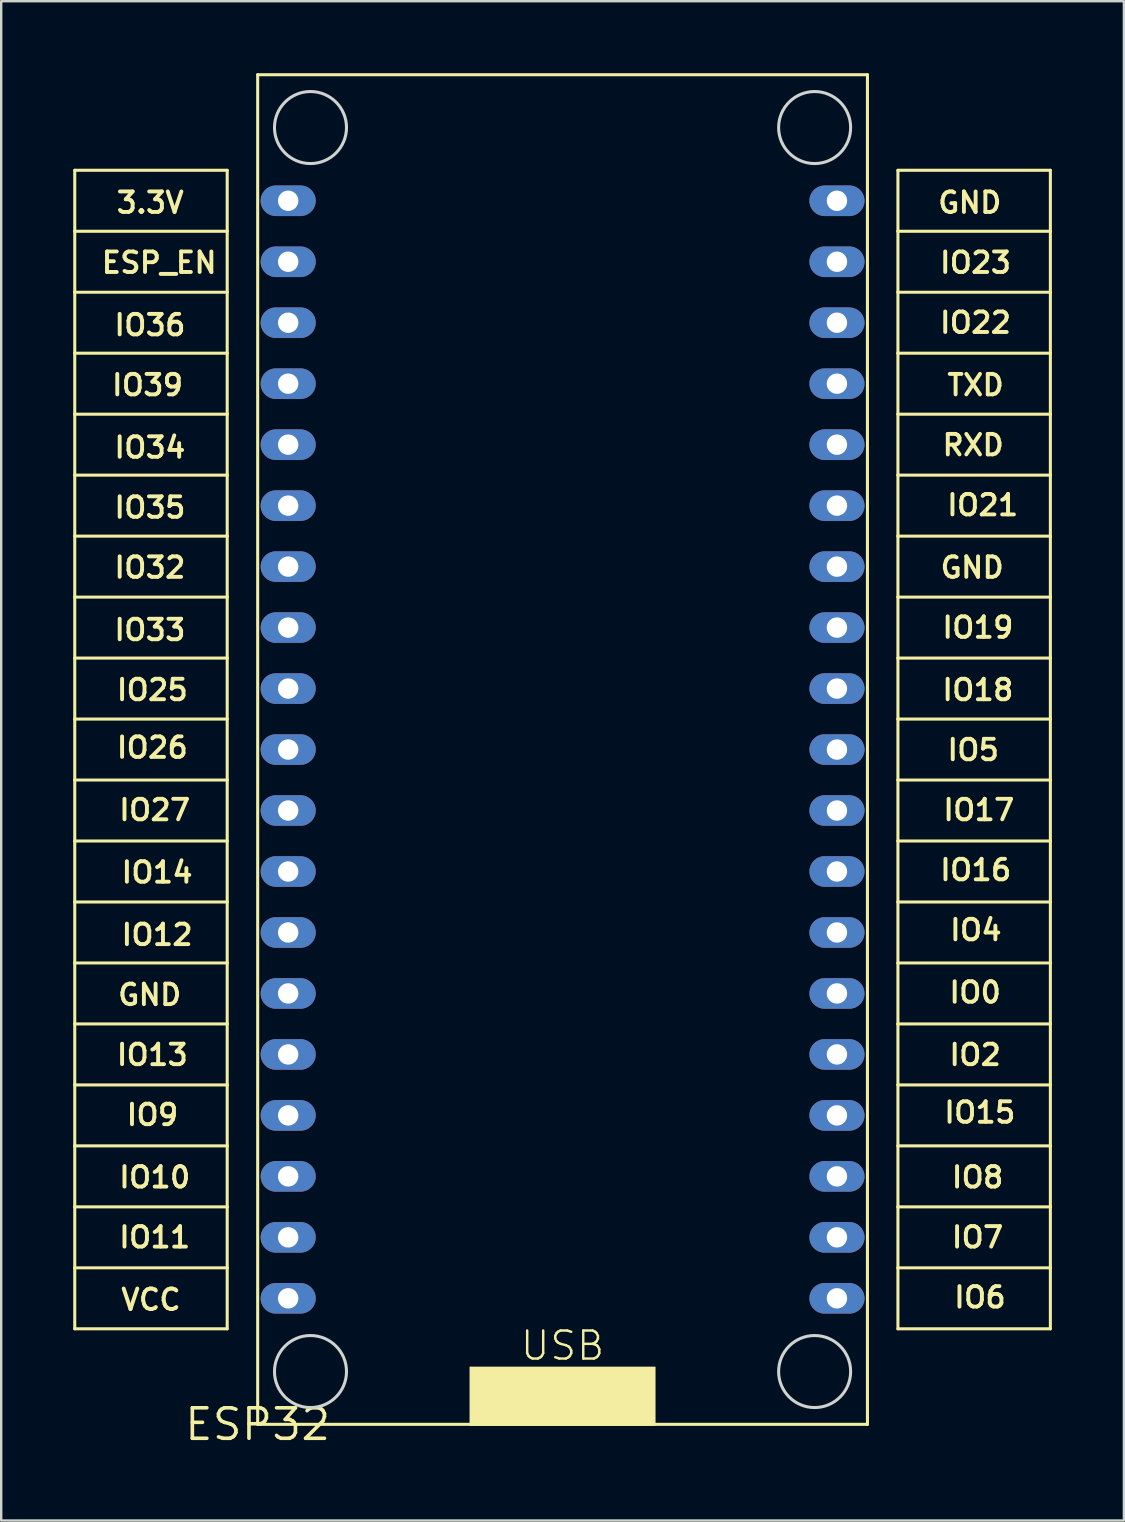
<source format=kicad_pcb>
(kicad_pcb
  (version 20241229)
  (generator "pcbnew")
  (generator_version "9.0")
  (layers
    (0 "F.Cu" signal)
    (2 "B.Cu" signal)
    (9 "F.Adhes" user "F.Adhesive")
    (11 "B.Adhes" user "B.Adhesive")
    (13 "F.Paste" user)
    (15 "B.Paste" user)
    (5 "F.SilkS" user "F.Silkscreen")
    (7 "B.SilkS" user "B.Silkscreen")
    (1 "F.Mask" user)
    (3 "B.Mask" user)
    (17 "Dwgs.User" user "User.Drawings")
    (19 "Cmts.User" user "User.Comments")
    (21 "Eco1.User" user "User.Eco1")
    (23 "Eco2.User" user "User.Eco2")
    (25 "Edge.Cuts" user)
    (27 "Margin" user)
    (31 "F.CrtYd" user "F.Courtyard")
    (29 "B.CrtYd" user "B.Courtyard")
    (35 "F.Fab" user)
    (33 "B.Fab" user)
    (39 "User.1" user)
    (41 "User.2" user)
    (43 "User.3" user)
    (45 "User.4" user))
  (footprint "ESP32"
    (layer "F.Cu")
    (at 7.684 56.283)
    (property "Reference" "ESP32" (at 0 0 0) (layer "F.SilkS") (effects (font (size 1.27 1.27) (thickness 0.15))))
    (fp_line (start -7.62 -52.24) (end -1.27 -52.24) (stroke (width 0.127) (type solid)) (layer "F.SilkS"))
    (fp_line (start -7.62 -49.7) (end -7.62 -52.24) (stroke (width 0.127) (type solid)) (layer "F.SilkS"))
    (fp_line (start -7.62 -49.7) (end -1.27 -49.7) (stroke (width 0.127) (type solid)) (layer "F.SilkS"))
    (fp_line (start -7.62 -47.16) (end -7.62 -49.7) (stroke (width 0.127) (type solid)) (layer "F.SilkS"))
    (fp_line (start -7.62 -47.16) (end -1.27 -47.16) (stroke (width 0.127) (type solid)) (layer "F.SilkS"))
    (fp_line (start -7.62 -44.62) (end -7.62 -47.16) (stroke (width 0.127) (type solid)) (layer "F.SilkS"))
    (fp_line (start -7.62 -44.62) (end -1.27 -44.62) (stroke (width 0.127) (type solid)) (layer "F.SilkS"))
    (fp_line (start -7.62 -42.08) (end -7.62 -44.62) (stroke (width 0.127) (type solid)) (layer "F.SilkS"))
    (fp_line (start -7.62 -42.08) (end -1.27 -42.08) (stroke (width 0.127) (type solid)) (layer "F.SilkS"))
    (fp_line (start -7.62 -39.54) (end -7.62 -42.08) (stroke (width 0.127) (type solid)) (layer "F.SilkS"))
    (fp_line (start -7.62 -39.54) (end -1.27 -39.54) (stroke (width 0.127) (type solid)) (layer "F.SilkS"))
    (fp_line (start -7.62 -37) (end -7.62 -39.54) (stroke (width 0.127) (type solid)) (layer "F.SilkS"))
    (fp_line (start -7.62 -37) (end -1.27 -37) (stroke (width 0.127) (type solid)) (layer "F.SilkS"))
    (fp_line (start -7.62 -34.46) (end -7.62 -37) (stroke (width 0.127) (type solid)) (layer "F.SilkS"))
    (fp_line (start -7.62 -34.46) (end -1.27 -34.46) (stroke (width 0.127) (type solid)) (layer "F.SilkS"))
    (fp_line (start -7.62 -31.92) (end -7.62 -34.46) (stroke (width 0.127) (type solid)) (layer "F.SilkS"))
    (fp_line (start -7.62 -31.92) (end -1.27 -31.92) (stroke (width 0.127) (type solid)) (layer "F.SilkS"))
    (fp_line (start -7.62 -29.38) (end -7.62 -31.92) (stroke (width 0.127) (type solid)) (layer "F.SilkS"))
    (fp_line (start -7.62 -29.38) (end -1.27 -29.38) (stroke (width 0.127) (type solid)) (layer "F.SilkS"))
    (fp_line (start -7.62 -26.84) (end -7.62 -29.38) (stroke (width 0.127) (type solid)) (layer "F.SilkS"))
    (fp_line (start -7.62 -26.84) (end -1.27 -26.84) (stroke (width 0.127) (type solid)) (layer "F.SilkS"))
    (fp_line (start -7.62 -24.3) (end -7.62 -26.84) (stroke (width 0.127) (type solid)) (layer "F.SilkS"))
    (fp_line (start -7.62 -24.3) (end -1.27 -24.3) (stroke (width 0.127) (type solid)) (layer "F.SilkS"))
    (fp_line (start -7.62 -21.76) (end -7.62 -24.3) (stroke (width 0.127) (type solid)) (layer "F.SilkS"))
    (fp_line (start -7.62 -21.76) (end -1.27 -21.76) (stroke (width 0.127) (type solid)) (layer "F.SilkS"))
    (fp_line (start -7.62 -19.22) (end -7.62 -21.76) (stroke (width 0.127) (type solid)) (layer "F.SilkS"))
    (fp_line (start -7.62 -19.22) (end -1.27 -19.22) (stroke (width 0.127) (type solid)) (layer "F.SilkS"))
    (fp_line (start -7.62 -16.68) (end -7.62 -19.22) (stroke (width 0.127) (type solid)) (layer "F.SilkS"))
    (fp_line (start -7.62 -16.68) (end -1.27 -16.68) (stroke (width 0.127) (type solid)) (layer "F.SilkS"))
    (fp_line (start -7.62 -14.14) (end -7.62 -16.68) (stroke (width 0.127) (type solid)) (layer "F.SilkS"))
    (fp_line (start -7.62 -14.14) (end -1.27 -14.14) (stroke (width 0.127) (type solid)) (layer "F.SilkS"))
    (fp_line (start -7.62 -11.6) (end -7.62 -14.14) (stroke (width 0.127) (type solid)) (layer "F.SilkS"))
    (fp_line (start -7.62 -11.6) (end -1.27 -11.6) (stroke (width 0.127) (type solid)) (layer "F.SilkS"))
    (fp_line (start -7.62 -9.06) (end -7.62 -11.6) (stroke (width 0.127) (type solid)) (layer "F.SilkS"))
    (fp_line (start -7.62 -9.06) (end -1.27 -9.06) (stroke (width 0.127) (type solid)) (layer "F.SilkS"))
    (fp_line (start -7.62 -6.52) (end -7.62 -9.06) (stroke (width 0.127) (type solid)) (layer "F.SilkS"))
    (fp_line (start -7.62 -6.52) (end -1.27 -6.52) (stroke (width 0.127) (type solid)) (layer "F.SilkS"))
    (fp_line (start -7.62 -3.98) (end -7.62 -6.52) (stroke (width 0.127) (type solid)) (layer "F.SilkS"))
    (fp_line (start -1.27 -52.24) (end -1.27 -49.7) (stroke (width 0.127) (type solid)) (layer "F.SilkS"))
    (fp_line (start -1.27 -49.7) (end -1.27 -47.16) (stroke (width 0.127) (type solid)) (layer "F.SilkS"))
    (fp_line (start -1.27 -47.16) (end -1.27 -44.62) (stroke (width 0.127) (type solid)) (layer "F.SilkS"))
    (fp_line (start -1.27 -44.62) (end -1.27 -42.08) (stroke (width 0.127) (type solid)) (layer "F.SilkS"))
    (fp_line (start -1.27 -42.08) (end -1.27 -39.54) (stroke (width 0.127) (type solid)) (layer "F.SilkS"))
    (fp_line (start -1.27 -39.54) (end -1.27 -37) (stroke (width 0.127) (type solid)) (layer "F.SilkS"))
    (fp_line (start -1.27 -37) (end -1.27 -34.46) (stroke (width 0.127) (type solid)) (layer "F.SilkS"))
    (fp_line (start -1.27 -34.46) (end -1.27 -31.92) (stroke (width 0.127) (type solid)) (layer "F.SilkS"))
    (fp_line (start -1.27 -31.92) (end -1.27 -29.38) (stroke (width 0.127) (type solid)) (layer "F.SilkS"))
    (fp_line (start -1.27 -29.38) (end -1.27 -26.84) (stroke (width 0.127) (type solid)) (layer "F.SilkS"))
    (fp_line (start -1.27 -26.84) (end -1.27 -24.3) (stroke (width 0.127) (type solid)) (layer "F.SilkS"))
    (fp_line (start -1.27 -24.3) (end -1.27 -21.76) (stroke (width 0.127) (type solid)) (layer "F.SilkS"))
    (fp_line (start -1.27 -21.76) (end -1.27 -19.22) (stroke (width 0.127) (type solid)) (layer "F.SilkS"))
    (fp_line (start -1.27 -19.22) (end -1.27 -16.68) (stroke (width 0.127) (type solid)) (layer "F.SilkS"))
    (fp_line (start -1.27 -16.68) (end -1.27 -14.14) (stroke (width 0.127) (type solid)) (layer "F.SilkS"))
    (fp_line (start -1.27 -14.14) (end -1.27 -11.6) (stroke (width 0.127) (type solid)) (layer "F.SilkS"))
    (fp_line (start -1.27 -11.6) (end -1.27 -9.06) (stroke (width 0.127) (type solid)) (layer "F.SilkS"))
    (fp_line (start -1.27 -9.06) (end -1.27 -6.52) (stroke (width 0.127) (type solid)) (layer "F.SilkS"))
    (fp_line (start -1.27 -6.52) (end -1.27 -3.98) (stroke (width 0.127) (type solid)) (layer "F.SilkS"))
    (fp_line (start -1.27 -3.98) (end -7.62 -3.98) (stroke (width 0.127) (type solid)) (layer "F.SilkS"))
    (fp_line (start 0 -56.22) (end 25.4 -56.22) (stroke (width 0.127) (type solid)) (layer "F.SilkS"))
    (fp_line (start 0 0) (end 0 -56.22) (stroke (width 0.127) (type solid)) (layer "F.SilkS"))
    (fp_line (start 25.4 -56.22) (end 25.4 0) (stroke (width 0.127) (type solid)) (layer "F.SilkS"))
    (fp_line (start 25.4 0) (end 0 0) (stroke (width 0.127) (type solid)) (layer "F.SilkS"))
    (fp_line (start 26.67 -52.24) (end 33.02 -52.24) (stroke (width 0.127) (type solid)) (layer "F.SilkS"))
    (fp_line (start 26.67 -49.7) (end 26.67 -52.24) (stroke (width 0.127) (type solid)) (layer "F.SilkS"))
    (fp_line (start 26.67 -49.7) (end 33.02 -49.7) (stroke (width 0.127) (type solid)) (layer "F.SilkS"))
    (fp_line (start 26.67 -47.16) (end 26.67 -49.7) (stroke (width 0.127) (type solid)) (layer "F.SilkS"))
    (fp_line (start 26.67 -47.16) (end 33.02 -47.16) (stroke (width 0.127) (type solid)) (layer "F.SilkS"))
    (fp_line (start 26.67 -44.62) (end 26.67 -47.16) (stroke (width 0.127) (type solid)) (layer "F.SilkS"))
    (fp_line (start 26.67 -44.62) (end 33.02 -44.62) (stroke (width 0.127) (type solid)) (layer "F.SilkS"))
    (fp_line (start 26.67 -42.08) (end 26.67 -44.62) (stroke (width 0.127) (type solid)) (layer "F.SilkS"))
    (fp_line (start 26.67 -42.08) (end 33.02 -42.08) (stroke (width 0.127) (type solid)) (layer "F.SilkS"))
    (fp_line (start 26.67 -39.54) (end 26.67 -42.08) (stroke (width 0.127) (type solid)) (layer "F.SilkS"))
    (fp_line (start 26.67 -39.54) (end 33.02 -39.54) (stroke (width 0.127) (type solid)) (layer "F.SilkS"))
    (fp_line (start 26.67 -37) (end 26.67 -39.54) (stroke (width 0.127) (type solid)) (layer "F.SilkS"))
    (fp_line (start 26.67 -37) (end 33.02 -37) (stroke (width 0.127) (type solid)) (layer "F.SilkS"))
    (fp_line (start 26.67 -34.46) (end 26.67 -37) (stroke (width 0.127) (type solid)) (layer "F.SilkS"))
    (fp_line (start 26.67 -34.46) (end 33.02 -34.46) (stroke (width 0.127) (type solid)) (layer "F.SilkS"))
    (fp_line (start 26.67 -31.92) (end 26.67 -34.46) (stroke (width 0.127) (type solid)) (layer "F.SilkS"))
    (fp_line (start 26.67 -31.92) (end 33.02 -31.92) (stroke (width 0.127) (type solid)) (layer "F.SilkS"))
    (fp_line (start 26.67 -29.38) (end 26.67 -31.92) (stroke (width 0.127) (type solid)) (layer "F.SilkS"))
    (fp_line (start 26.67 -29.38) (end 33.02 -29.38) (stroke (width 0.127) (type solid)) (layer "F.SilkS"))
    (fp_line (start 26.67 -26.84) (end 26.67 -29.38) (stroke (width 0.127) (type solid)) (layer "F.SilkS"))
    (fp_line (start 26.67 -26.84) (end 33.02 -26.84) (stroke (width 0.127) (type solid)) (layer "F.SilkS"))
    (fp_line (start 26.67 -24.3) (end 26.67 -26.84) (stroke (width 0.127) (type solid)) (layer "F.SilkS"))
    (fp_line (start 26.67 -24.3) (end 33.02 -24.3) (stroke (width 0.127) (type solid)) (layer "F.SilkS"))
    (fp_line (start 26.67 -21.76) (end 26.67 -24.3) (stroke (width 0.127) (type solid)) (layer "F.SilkS"))
    (fp_line (start 26.67 -21.76) (end 33.02 -21.76) (stroke (width 0.127) (type solid)) (layer "F.SilkS"))
    (fp_line (start 26.67 -19.22) (end 26.67 -21.76) (stroke (width 0.127) (type solid)) (layer "F.SilkS"))
    (fp_line (start 26.67 -19.22) (end 33.02 -19.22) (stroke (width 0.127) (type solid)) (layer "F.SilkS"))
    (fp_line (start 26.67 -16.68) (end 26.67 -19.22) (stroke (width 0.127) (type solid)) (layer "F.SilkS"))
    (fp_line (start 26.67 -16.68) (end 33.02 -16.68) (stroke (width 0.127) (type solid)) (layer "F.SilkS"))
    (fp_line (start 26.67 -14.14) (end 26.67 -16.68) (stroke (width 0.127) (type solid)) (layer "F.SilkS"))
    (fp_line (start 26.67 -14.14) (end 33.02 -14.14) (stroke (width 0.127) (type solid)) (layer "F.SilkS"))
    (fp_line (start 26.67 -11.6) (end 26.67 -14.14) (stroke (width 0.127) (type solid)) (layer "F.SilkS"))
    (fp_line (start 26.67 -11.6) (end 33.02 -11.6) (stroke (width 0.127) (type solid)) (layer "F.SilkS"))
    (fp_line (start 26.67 -9.06) (end 26.67 -11.6) (stroke (width 0.127) (type solid)) (layer "F.SilkS"))
    (fp_line (start 26.67 -9.06) (end 33.02 -9.06) (stroke (width 0.127) (type solid)) (layer "F.SilkS"))
    (fp_line (start 26.67 -6.52) (end 26.67 -9.06) (stroke (width 0.127) (type solid)) (layer "F.SilkS"))
    (fp_line (start 26.67 -6.52) (end 33.02 -6.52) (stroke (width 0.127) (type solid)) (layer "F.SilkS"))
    (fp_line (start 26.67 -3.98) (end 26.67 -6.52) (stroke (width 0.127) (type solid)) (layer "F.SilkS"))
    (fp_line (start 33.02 -52.24) (end 33.02 -49.7) (stroke (width 0.127) (type solid)) (layer "F.SilkS"))
    (fp_line (start 33.02 -49.7) (end 33.02 -47.16) (stroke (width 0.127) (type solid)) (layer "F.SilkS"))
    (fp_line (start 33.02 -47.16) (end 33.02 -44.62) (stroke (width 0.127) (type solid)) (layer "F.SilkS"))
    (fp_line (start 33.02 -44.62) (end 33.02 -42.08) (stroke (width 0.127) (type solid)) (layer "F.SilkS"))
    (fp_line (start 33.02 -42.08) (end 33.02 -39.54) (stroke (width 0.127) (type solid)) (layer "F.SilkS"))
    (fp_line (start 33.02 -39.54) (end 33.02 -37) (stroke (width 0.127) (type solid)) (layer "F.SilkS"))
    (fp_line (start 33.02 -37) (end 33.02 -34.46) (stroke (width 0.127) (type solid)) (layer "F.SilkS"))
    (fp_line (start 33.02 -34.46) (end 33.02 -31.92) (stroke (width 0.127) (type solid)) (layer "F.SilkS"))
    (fp_line (start 33.02 -31.92) (end 33.02 -29.38) (stroke (width 0.127) (type solid)) (layer "F.SilkS"))
    (fp_line (start 33.02 -29.38) (end 33.02 -26.84) (stroke (width 0.127) (type solid)) (layer "F.SilkS"))
    (fp_line (start 33.02 -26.84) (end 33.02 -24.3) (stroke (width 0.127) (type solid)) (layer "F.SilkS"))
    (fp_line (start 33.02 -24.3) (end 33.02 -21.76) (stroke (width 0.127) (type solid)) (layer "F.SilkS"))
    (fp_line (start 33.02 -21.76) (end 33.02 -19.22) (stroke (width 0.127) (type solid)) (layer "F.SilkS"))
    (fp_line (start 33.02 -19.22) (end 33.02 -16.68) (stroke (width 0.127) (type solid)) (layer "F.SilkS"))
    (fp_line (start 33.02 -16.68) (end 33.02 -14.14) (stroke (width 0.127) (type solid)) (layer "F.SilkS"))
    (fp_line (start 33.02 -14.14) (end 33.02 -11.6) (stroke (width 0.127) (type solid)) (layer "F.SilkS"))
    (fp_line (start 33.02 -11.6) (end 33.02 -9.06) (stroke (width 0.127) (type solid)) (layer "F.SilkS"))
    (fp_line (start 33.02 -9.06) (end 33.02 -6.52) (stroke (width 0.127) (type solid)) (layer "F.SilkS"))
    (fp_line (start 33.02 -6.52) (end 33.02 -3.98) (stroke (width 0.127) (type solid)) (layer "F.SilkS"))
    (fp_line (start 33.02 -3.98) (end 26.67 -3.98) (stroke (width 0.127) (type solid)) (layer "F.SilkS"))
    (fp_poly (pts (xy 16.573 0.064) (xy 8.826 0.064) (xy 8.826 -2.404) (xy 16.573 -2.404)) (stroke (width 0) (type default)) (fill yes) (layer "F.SilkS"))
    (fp_circle (center 2.2 -54.02) (end 3.7 -54.02) (stroke (width 0.127) (type solid)) (fill no) (layer "Edge.Cuts"))
    (fp_circle (center 2.2 -2.2) (end 3.7 -2.2) (stroke (width 0.127) (type solid)) (fill no) (layer "Edge.Cuts"))
    (fp_circle (center 23.2 -54.02) (end 24.7 -54.02) (stroke (width 0.127) (type solid)) (fill no) (layer "Edge.Cuts"))
    (fp_circle (center 23.2 -2.2) (end 24.7 -2.2) (stroke (width 0.127) (type solid)) (fill no) (layer "Edge.Cuts"))
    (fp_text user "IO16" (at 31.48 -23.59 0) (layer "F.SilkS") (effects (font (size 0.853 0.853) (thickness 0.163)) (justify right top)))
    (fp_text user "IO0" (at 31.05 -18.49 0) (layer "F.SilkS") (effects (font (size 0.853 0.853) (thickness 0.163)) (justify right top)))
    (fp_text user "IO5" (at 30.97 -28.59 0) (layer "F.SilkS") (effects (font (size 0.853 0.853) (thickness 0.163)) (justify right top)))
    (fp_text user "IO36" (at -2.92 -46.29 0) (layer "F.SilkS") (effects (font (size 0.853 0.853) (thickness 0.163)) (justify right top)))
    (fp_text user "IO7" (at 31.15 -8.29 0) (layer "F.SilkS") (effects (font (size 0.853 0.853) (thickness 0.163)) (justify right top)))
    (fp_text user "IO8" (at 31.15 -10.79 0) (layer "F.SilkS") (effects (font (size 0.853 0.853) (thickness 0.163)) (justify right top)))
    (fp_text user "IO35" (at -2.92 -38.69 0) (layer "F.SilkS") (effects (font (size 0.853 0.853) (thickness 0.163)) (justify right top)))
    (fp_text user "IO6" (at 31.25 -5.79 0) (layer "F.SilkS") (effects (font (size 0.853 0.853) (thickness 0.163)) (justify right top)))
    (fp_text user "GND" (at -3.09 -18.39 0) (layer "F.SilkS") (effects (font (size 0.853 0.853) (thickness 0.163)) (justify right top)))
    (fp_text user "GND" (at 31.07 -51.39 0) (layer "F.SilkS") (effects (font (size 0.853 0.853) (thickness 0.163)) (justify right top)))
    (fp_text user "IO39" (at -3.02 -43.79 0) (layer "F.SilkS") (effects (font (size 0.853 0.853) (thickness 0.163)) (justify right top)))
    (fp_text user "USB" (at 12.7 -2.594 0) (layer "F.SilkS") (effects (font (size 1.168 1.168) (thickness 0.102)) (justify bottom)))
    (fp_text user "IO4" (at 31.08 -21.09 0) (layer "F.SilkS") (effects (font (size 0.853 0.853) (thickness 0.163)) (justify right top)))
    (fp_text user "GND" (at 31.17 -36.19 0) (layer "F.SilkS") (effects (font (size 0.853 0.853) (thickness 0.163)) (justify right top)))
    (fp_text user "ESP_EN" (at -1.62 -48.89 0) (layer "F.SilkS") (effects (font (size 0.853 0.853) (thickness 0.163)) (justify right top)))
    (fp_text user "IO27" (at -2.72 -26.09 0) (layer "F.SilkS") (effects (font (size 0.853 0.853) (thickness 0.163)) (justify right top)))
    (fp_text user "VCC" (at -3.12 -5.69 0) (layer "F.SilkS") (effects (font (size 0.853 0.853) (thickness 0.163)) (justify right top)))
    (fp_text user "IO14" (at -2.62 -23.49 0) (layer "F.SilkS") (effects (font (size 0.853 0.853) (thickness 0.163)) (justify right top)))
    (fp_text user "IO23" (at 31.47 -48.89 0) (layer "F.SilkS") (effects (font (size 0.853 0.853) (thickness 0.163)) (justify right top)))
    (fp_text user "IO32" (at -2.92 -36.19 0) (layer "F.SilkS") (effects (font (size 0.853 0.853) (thickness 0.163)) (justify right top)))
    (fp_text user "3.3V" (at -2.99 -51.39 0) (layer "F.SilkS") (effects (font (size 0.853 0.853) (thickness 0.163)) (justify right top)))
    (fp_text user "IO19" (at 31.57 -33.69 0) (layer "F.SilkS") (effects (font (size 0.853 0.853) (thickness 0.163)) (justify right top)))
    (fp_text user "IO12" (at -2.62 -20.89 0) (layer "F.SilkS") (effects (font (size 0.853 0.853) (thickness 0.163)) (justify right top)))
    (fp_text user "IO9" (at -3.22 -13.39 0) (layer "F.SilkS") (effects (font (size 0.853 0.853) (thickness 0.163)) (justify right top)))
    (fp_text user "IO33" (at -2.92 -33.59 0) (layer "F.SilkS") (effects (font (size 0.853 0.853) (thickness 0.163)) (justify right top)))
    (fp_text user "IO15" (at 31.65 -13.49 0) (layer "F.SilkS") (effects (font (size 0.853 0.853) (thickness 0.163)) (justify right top)))
    (fp_text user "IO25" (at -2.82 -31.09 0) (layer "F.SilkS") (effects (font (size 0.853 0.853) (thickness 0.163)) (justify right top)))
    (fp_text user "IO11" (at -2.72 -8.29 0) (layer "F.SilkS") (effects (font (size 0.853 0.853) (thickness 0.163)) (justify right top)))
    (fp_text user "TXD" (at 31.17 -43.79 0) (layer "F.SilkS") (effects (font (size 0.853 0.853) (thickness 0.163)) (justify right top)))
    (fp_text user "IO10" (at -2.72 -10.79 0) (layer "F.SilkS") (effects (font (size 0.853 0.853) (thickness 0.163)) (justify right top)))
    (fp_text user "IO13" (at -2.82 -15.89 0) (layer "F.SilkS") (effects (font (size 0.853 0.853) (thickness 0.163)) (justify right top)))
    (fp_text user "IO34" (at -2.92 -41.19 0) (layer "F.SilkS") (effects (font (size 0.853 0.853) (thickness 0.163)) (justify right top)))
    (fp_text user "IO2" (at 31.05 -15.89 0) (layer "F.SilkS") (effects (font (size 0.853 0.853) (thickness 0.163)) (justify right top)))
    (fp_text user "RXD" (at 31.17 -41.29 0) (layer "F.SilkS") (effects (font (size 0.853 0.853) (thickness 0.163)) (justify right top)))
    (fp_text user "IO18" (at 31.57 -31.09 0) (layer "F.SilkS") (effects (font (size 0.853 0.853) (thickness 0.163)) (justify right top)))
    (fp_text user "IO21" (at 31.77 -38.79 0) (layer "F.SilkS") (effects (font (size 0.853 0.853) (thickness 0.163)) (justify right top)))
    (fp_text user "IO17" (at 31.61 -26.09 0) (layer "F.SilkS") (effects (font (size 0.853 0.853) (thickness 0.163)) (justify right top)))
    (fp_text user "IO22" (at 31.47 -46.39 0) (layer "F.SilkS") (effects (font (size 0.853 0.853) (thickness 0.163)) (justify right top)))
    (fp_text user "IO26" (at -2.82 -28.69 0) (layer "F.SilkS") (effects (font (size 0.853 0.853) (thickness 0.163)) (justify right top)))
    (pad "3.3V" thru_hole oval (at 1.27 -50.97) (size 2.295 1.275) (drill 0.85) (layers "*.Cu" "*.Mask"))
    (pad "5V" thru_hole oval (at 1.27 -5.25) (size 2.295 1.275) (drill 0.85) (layers "*.Cu" "*.Mask"))
    (pad "EN" thru_hole oval (at 1.27 -48.43) (size 2.295 1.275) (drill 0.85) (layers "*.Cu" "*.Mask"))
    (pad "GND1" thru_hole oval (at 1.27 -17.95) (size 2.295 1.275) (drill 0.85) (layers "*.Cu" "*.Mask"))
    (pad "GND2" thru_hole oval (at 24.13 -50.97) (size 2.295 1.275) (drill 0.85) (layers "*.Cu" "*.Mask"))
    (pad "GND3" thru_hole oval (at 24.13 -35.73) (size 2.295 1.275) (drill 0.85) (layers "*.Cu" "*.Mask"))
    (pad "GPIO0" thru_hole oval (at 24.13 -17.95) (size 2.295 1.275) (drill 0.85) (layers "*.Cu" "*.Mask"))
    (pad "GPIO2" thru_hole oval (at 24.13 -15.41) (size 2.295 1.275) (drill 0.85) (layers "*.Cu" "*.Mask"))
    (pad "GPIO4" thru_hole oval (at 24.13 -20.49) (size 2.295 1.275) (drill 0.85) (layers "*.Cu" "*.Mask"))
    (pad "GPIO5" thru_hole oval (at 24.13 -28.11) (size 2.295 1.275) (drill 0.85) (layers "*.Cu" "*.Mask"))
    (pad "GPIO6" thru_hole oval (at 24.13 -5.25) (size 2.295 1.275) (drill 0.85) (layers "*.Cu" "*.Mask"))
    (pad "GPIO7" thru_hole oval (at 24.13 -7.79) (size 2.295 1.275) (drill 0.85) (layers "*.Cu" "*.Mask"))
    (pad "GPIO8" thru_hole oval (at 24.13 -10.33) (size 2.295 1.275) (drill 0.85) (layers "*.Cu" "*.Mask"))
    (pad "GPIO9" thru_hole oval (at 1.27 -12.87) (size 2.295 1.275) (drill 0.85) (layers "*.Cu" "*.Mask"))
    (pad "GPIO10" thru_hole oval (at 1.27 -10.33) (size 2.295 1.275) (drill 0.85) (layers "*.Cu" "*.Mask"))
    (pad "GPIO11" thru_hole oval (at 1.27 -7.79) (size 2.295 1.275) (drill 0.85) (layers "*.Cu" "*.Mask"))
    (pad "GPIO12" thru_hole oval (at 1.27 -20.49) (size 2.295 1.275) (drill 0.85) (layers "*.Cu" "*.Mask"))
    (pad "GPIO13" thru_hole oval (at 1.27 -15.41) (size 2.295 1.275) (drill 0.85) (layers "*.Cu" "*.Mask"))
    (pad "GPIO14" thru_hole oval (at 1.27 -23.03) (size 2.295 1.275) (drill 0.85) (layers "*.Cu" "*.Mask"))
    (pad "GPIO15" thru_hole oval (at 24.13 -12.87) (size 2.295 1.275) (drill 0.85) (layers "*.Cu" "*.Mask"))
    (pad "GPIO16" thru_hole oval (at 24.13 -23.03) (size 2.295 1.275) (drill 0.85) (layers "*.Cu" "*.Mask"))
    (pad "GPIO17" thru_hole oval (at 24.13 -25.57) (size 2.295 1.275) (drill 0.85) (layers "*.Cu" "*.Mask"))
    (pad "GPIO18" thru_hole oval (at 24.13 -30.65) (size 2.295 1.275) (drill 0.85) (layers "*.Cu" "*.Mask"))
    (pad "GPIO19" thru_hole oval (at 24.13 -33.19) (size 2.295 1.275) (drill 0.85) (layers "*.Cu" "*.Mask"))
    (pad "GPIO21" thru_hole oval (at 24.13 -38.27) (size 2.295 1.275) (drill 0.85) (layers "*.Cu" "*.Mask"))
    (pad "GPIO22" thru_hole oval (at 24.13 -45.89) (size 2.295 1.275) (drill 0.85) (layers "*.Cu" "*.Mask"))
    (pad "GPIO23" thru_hole oval (at 24.13 -48.43) (size 2.295 1.275) (drill 0.85) (layers "*.Cu" "*.Mask"))
    (pad "GPIO25" thru_hole oval (at 1.27 -30.65) (size 2.295 1.275) (drill 0.85) (layers "*.Cu" "*.Mask"))
    (pad "GPIO26" thru_hole oval (at 1.27 -28.11) (size 2.295 1.275) (drill 0.85) (layers "*.Cu" "*.Mask"))
    (pad "GPIO27" thru_hole oval (at 1.27 -25.57) (size 2.295 1.275) (drill 0.85) (layers "*.Cu" "*.Mask"))
    (pad "GPIO32" thru_hole oval (at 1.27 -35.73) (size 2.295 1.275) (drill 0.85) (layers "*.Cu" "*.Mask"))
    (pad "GPIO33" thru_hole oval (at 1.27 -33.19) (size 2.295 1.275) (drill 0.85) (layers "*.Cu" "*.Mask"))
    (pad "GPIO34" thru_hole oval (at 1.27 -40.81) (size 2.295 1.275) (drill 0.85) (layers "*.Cu" "*.Mask"))
    (pad "GPIO35" thru_hole oval (at 1.27 -38.27) (size 2.295 1.275) (drill 0.85) (layers "*.Cu" "*.Mask"))
    (pad "GPIO36" thru_hole oval (at 1.27 -45.89) (size 2.295 1.275) (drill 0.85) (layers "*.Cu" "*.Mask"))
    (pad "GPIO39" thru_hole oval (at 1.27 -43.35) (size 2.295 1.275) (drill 0.85) (layers "*.Cu" "*.Mask"))
    (pad "RX" thru_hole oval (at 24.13 -40.81) (size 2.295 1.275) (drill 0.85) (layers "*.Cu" "*.Mask"))
    (pad "TX" thru_hole oval (at 24.13 -43.35) (size 2.295 1.275) (drill 0.85) (layers "*.Cu" "*.Mask")))
  (gr_rect
    (start -3 -3)
    (end 43.767 60.29)
    (stroke (width 0.1) (type default))
    (fill no)
    (layer "Edge.Cuts")))
</source>
